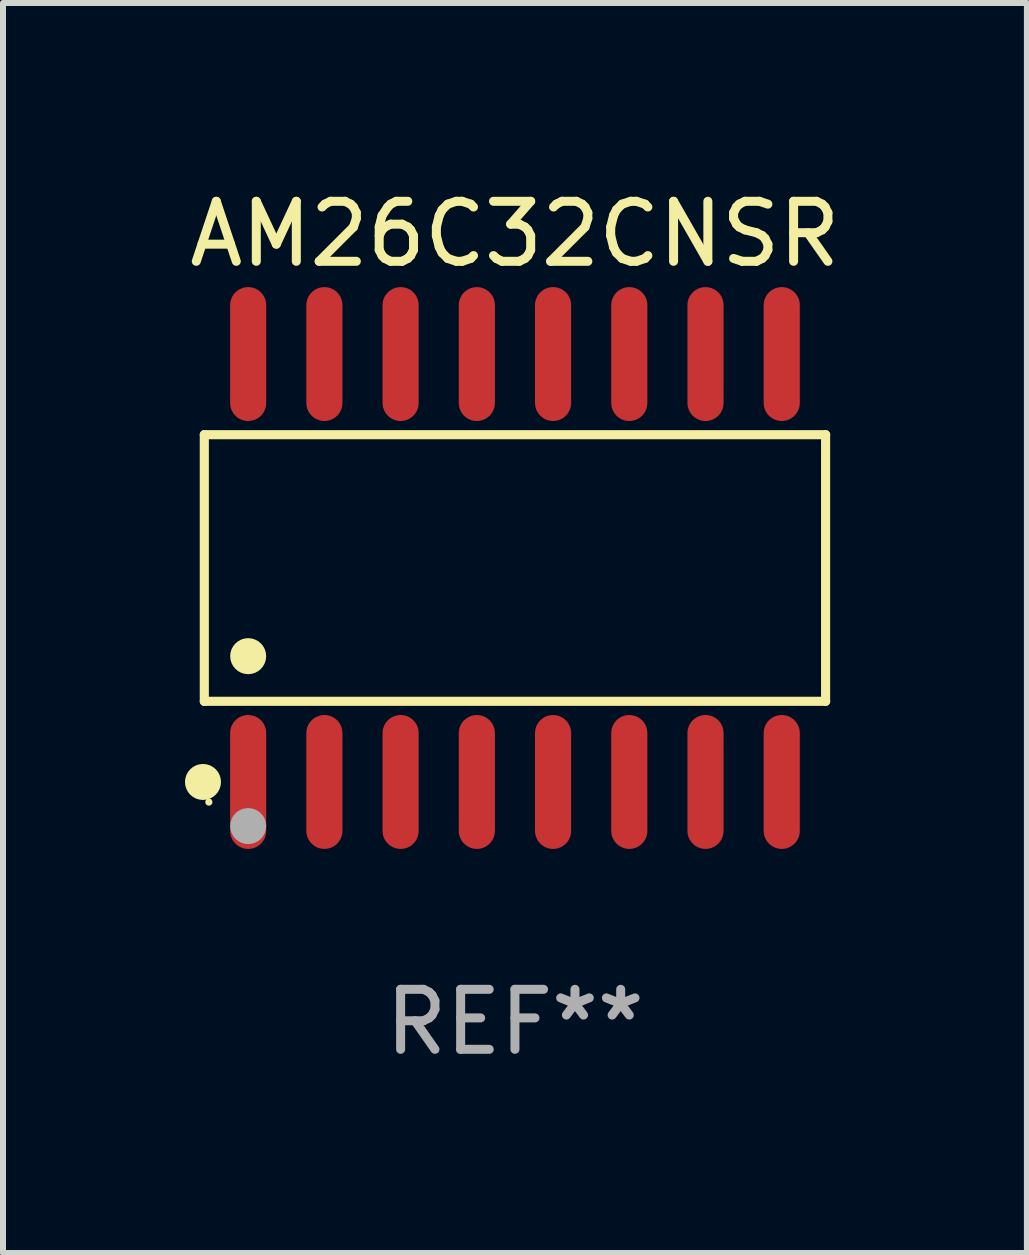
<source format=kicad_pcb>
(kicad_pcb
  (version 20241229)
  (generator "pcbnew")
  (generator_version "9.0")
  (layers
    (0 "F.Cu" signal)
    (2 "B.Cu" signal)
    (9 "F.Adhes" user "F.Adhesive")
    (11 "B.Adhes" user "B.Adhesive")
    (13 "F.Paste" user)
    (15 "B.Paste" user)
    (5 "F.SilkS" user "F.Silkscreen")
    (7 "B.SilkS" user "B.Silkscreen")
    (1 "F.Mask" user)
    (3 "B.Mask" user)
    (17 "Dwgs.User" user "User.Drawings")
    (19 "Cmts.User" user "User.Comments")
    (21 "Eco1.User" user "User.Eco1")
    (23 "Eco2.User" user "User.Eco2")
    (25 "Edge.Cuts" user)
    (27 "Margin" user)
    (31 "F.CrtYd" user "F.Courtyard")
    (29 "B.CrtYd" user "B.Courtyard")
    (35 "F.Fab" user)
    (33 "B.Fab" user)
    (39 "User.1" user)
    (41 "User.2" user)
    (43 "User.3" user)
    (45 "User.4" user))
  (footprint "AM26C32CNSR"
    (layer "F.Cu")
    (at 5.53 6.414)
    (property "Reference" "AM26C32CNSR" (at 0 -5.565 0) (layer "F.SilkS") (effects (font (size 1 1) (thickness 0.15))))
    (attr through_hole)
    (fp_line (start -5.176 -2.221) (end 5.176 -2.221) (stroke (width 0.152) (type solid)) (layer "F.SilkS"))
    (fp_line (start -5.176 2.221) (end -5.176 -2.221) (stroke (width 0.152) (type solid)) (layer "F.SilkS"))
    (fp_line (start 5.176 -2.221) (end 5.176 2.221) (stroke (width 0.152) (type solid)) (layer "F.SilkS"))
    (fp_line (start 5.176 2.221) (end -5.176 2.221) (stroke (width 0.152) (type solid)) (layer "F.SilkS"))
    (fp_circle (center -5.198 3.565) (end -5.048 3.565) (stroke (width 0.3) (type solid)) (fill no) (layer "F.SilkS"))
    (fp_circle (center -5.1 3.9) (end -5.07 3.9) (stroke (width 0.06) (type solid)) (fill no) (layer "F.SilkS"))
    (fp_circle (center -4.445 1.469) (end -4.295 1.469) (stroke (width 0.3) (type solid)) (fill no) (layer "F.SilkS"))
    (fp_circle (center -4.445 4.3) (end -4.295 4.3) (stroke (width 0.3) (type solid)) (fill no) (layer "F.Fab"))
    (fp_text user "REF**" (at 0 7.565 0) (layer "F.Fab") (effects (font (size 1 1) (thickness 0.15))))
    (pad "1" smd oval (at -4.445 3.565) (size 0.602 2.231) (layers "F.Cu" "F.Mask" "F.Paste"))
    (pad "2" smd oval (at -3.175 3.565) (size 0.602 2.231) (layers "F.Cu" "F.Mask" "F.Paste"))
    (pad "3" smd oval (at -1.905 3.565) (size 0.602 2.231) (layers "F.Cu" "F.Mask" "F.Paste"))
    (pad "4" smd oval (at -0.635 3.565) (size 0.602 2.231) (layers "F.Cu" "F.Mask" "F.Paste"))
    (pad "5" smd oval (at 0.635 3.565) (size 0.602 2.231) (layers "F.Cu" "F.Mask" "F.Paste"))
    (pad "6" smd oval (at 1.905 3.565) (size 0.602 2.231) (layers "F.Cu" "F.Mask" "F.Paste"))
    (pad "7" smd oval (at 3.175 3.565) (size 0.602 2.231) (layers "F.Cu" "F.Mask" "F.Paste"))
    (pad "8" smd oval (at 4.445 3.565) (size 0.602 2.231) (layers "F.Cu" "F.Mask" "F.Paste"))
    (pad "9" smd oval (at 4.445 -3.565) (size 0.602 2.231) (layers "F.Cu" "F.Mask" "F.Paste"))
    (pad "10" smd oval (at 3.175 -3.565) (size 0.602 2.231) (layers "F.Cu" "F.Mask" "F.Paste"))
    (pad "11" smd oval (at 1.905 -3.565) (size 0.602 2.231) (layers "F.Cu" "F.Mask" "F.Paste"))
    (pad "12" smd oval (at 0.635 -3.565) (size 0.602 2.231) (layers "F.Cu" "F.Mask" "F.Paste"))
    (pad "13" smd oval (at -0.635 -3.565) (size 0.602 2.231) (layers "F.Cu" "F.Mask" "F.Paste"))
    (pad "14" smd oval (at -1.905 -3.565) (size 0.602 2.231) (layers "F.Cu" "F.Mask" "F.Paste"))
    (pad "15" smd oval (at -3.175 -3.565) (size 0.602 2.231) (layers "F.Cu" "F.Mask" "F.Paste"))
    (pad "16" smd oval (at -4.445 -3.565) (size 0.602 2.231) (layers "F.Cu" "F.Mask" "F.Paste")))
  (gr_rect
    (start -3 -3)
    (end 14.06 17.827)
    (stroke (width 0.1) (type default))
    (fill no)
    (layer "Edge.Cuts")))
</source>
